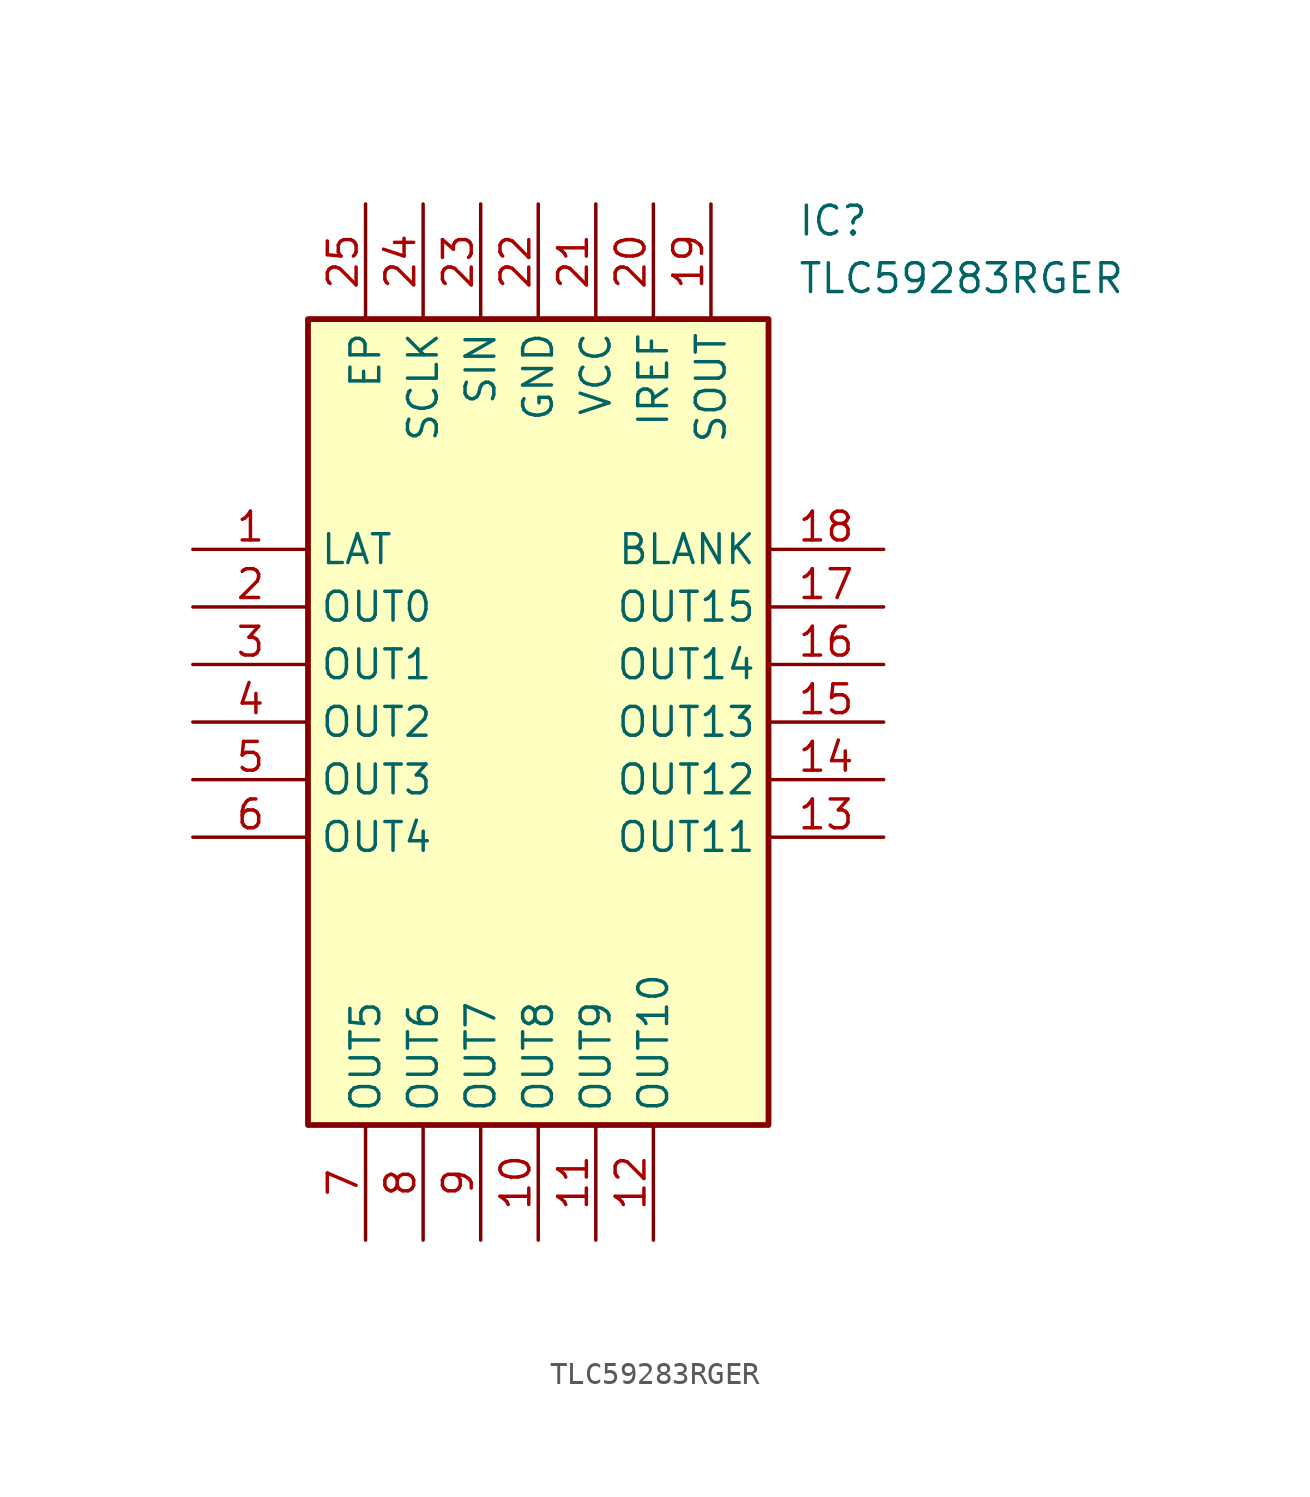
<source format=kicad_sym>
(kicad_symbol_lib
  (version 20211014)
  (generator SamacSys_ECAD_Model)
  (symbol "TLC59283RGER"
    (property "Reference" "IC"
      (at 26.67 15.24 0)
      (effects (font (size 1.27 1.27)) (justify left top)))
    (property "Value" "TLC59283RGER"
      (at 26.67 12.7 0)
      (effects (font (size 1.27 1.27)) (justify left top)))
    (rectangle
      (start 5.08 10.16)
      (end 25.4 -25.4)
      (stroke (width 0.254) (type default))
      (fill (type background)))
    (pin passive line
      (at 0 0 0)
      (length 5.08)
      (name "LAT" (effects (font (size 1.27 1.27))))
      (number "1" (effects (font (size 1.27 1.27)))))
    (pin passive line
      (at 0 -2.54 0)
      (length 5.08)
      (name "OUT0" (effects (font (size 1.27 1.27))))
      (number "2" (effects (font (size 1.27 1.27)))))
    (pin passive line
      (at 0 -5.08 0)
      (length 5.08)
      (name "OUT1" (effects (font (size 1.27 1.27))))
      (number "3" (effects (font (size 1.27 1.27)))))
    (pin passive line
      (at 0 -7.62 0)
      (length 5.08)
      (name "OUT2" (effects (font (size 1.27 1.27))))
      (number "4" (effects (font (size 1.27 1.27)))))
    (pin passive line
      (at 0 -10.16 0)
      (length 5.08)
      (name "OUT3" (effects (font (size 1.27 1.27))))
      (number "5" (effects (font (size 1.27 1.27)))))
    (pin passive line
      (at 0 -12.7 0)
      (length 5.08)
      (name "OUT4" (effects (font (size 1.27 1.27))))
      (number "6" (effects (font (size 1.27 1.27)))))
    (pin passive line
      (at 7.62 -30.48 90)
      (length 5.08)
      (name "OUT5" (effects (font (size 1.27 1.27))))
      (number "7" (effects (font (size 1.27 1.27)))))
    (pin passive line
      (at 10.16 -30.48 90)
      (length 5.08)
      (name "OUT6" (effects (font (size 1.27 1.27))))
      (number "8" (effects (font (size 1.27 1.27)))))
    (pin passive line
      (at 12.7 -30.48 90)
      (length 5.08)
      (name "OUT7" (effects (font (size 1.27 1.27))))
      (number "9" (effects (font (size 1.27 1.27)))))
    (pin passive line
      (at 15.24 -30.48 90)
      (length 5.08)
      (name "OUT8" (effects (font (size 1.27 1.27))))
      (number "10" (effects (font (size 1.27 1.27)))))
    (pin passive line
      (at 17.78 -30.48 90)
      (length 5.08)
      (name "OUT9" (effects (font (size 1.27 1.27))))
      (number "11" (effects (font (size 1.27 1.27)))))
    (pin passive line
      (at 20.32 -30.48 90)
      (length 5.08)
      (name "OUT10" (effects (font (size 1.27 1.27))))
      (number "12" (effects (font (size 1.27 1.27)))))
    (pin passive line
      (at 30.48 0 180)
      (length 5.08)
      (name "BLANK" (effects (font (size 1.27 1.27))))
      (number "18" (effects (font (size 1.27 1.27)))))
    (pin passive line
      (at 30.48 -2.54 180)
      (length 5.08)
      (name "OUT15" (effects (font (size 1.27 1.27))))
      (number "17" (effects (font (size 1.27 1.27)))))
    (pin passive line
      (at 30.48 -5.08 180)
      (length 5.08)
      (name "OUT14" (effects (font (size 1.27 1.27))))
      (number "16" (effects (font (size 1.27 1.27)))))
    (pin passive line
      (at 30.48 -7.62 180)
      (length 5.08)
      (name "OUT13" (effects (font (size 1.27 1.27))))
      (number "15" (effects (font (size 1.27 1.27)))))
    (pin passive line
      (at 30.48 -10.16 180)
      (length 5.08)
      (name "OUT12" (effects (font (size 1.27 1.27))))
      (number "14" (effects (font (size 1.27 1.27)))))
    (pin passive line
      (at 30.48 -12.7 180)
      (length 5.08)
      (name "OUT11" (effects (font (size 1.27 1.27))))
      (number "13" (effects (font (size 1.27 1.27)))))
    (pin passive line
      (at 7.62 15.24 270)
      (length 5.08)
      (name "EP" (effects (font (size 1.27 1.27))))
      (number "25" (effects (font (size 1.27 1.27)))))
    (pin passive line
      (at 10.16 15.24 270)
      (length 5.08)
      (name "SCLK" (effects (font (size 1.27 1.27))))
      (number "24" (effects (font (size 1.27 1.27)))))
    (pin passive line
      (at 12.7 15.24 270)
      (length 5.08)
      (name "SIN" (effects (font (size 1.27 1.27))))
      (number "23" (effects (font (size 1.27 1.27)))))
    (pin passive line
      (at 15.24 15.24 270)
      (length 5.08)
      (name "GND" (effects (font (size 1.27 1.27))))
      (number "22" (effects (font (size 1.27 1.27)))))
    (pin passive line
      (at 17.78 15.24 270)
      (length 5.08)
      (name "VCC" (effects (font (size 1.27 1.27))))
      (number "21" (effects (font (size 1.27 1.27)))))
    (pin passive line
      (at 20.32 15.24 270)
      (length 5.08)
      (name "IREF" (effects (font (size 1.27 1.27))))
      (number "20" (effects (font (size 1.27 1.27)))))
    (pin passive line
      (at 22.86 15.24 270)
      (length 5.08)
      (name "SOUT" (effects (font (size 1.27 1.27))))
      (number "19" (effects (font (size 1.27 1.27)))))))
</source>
